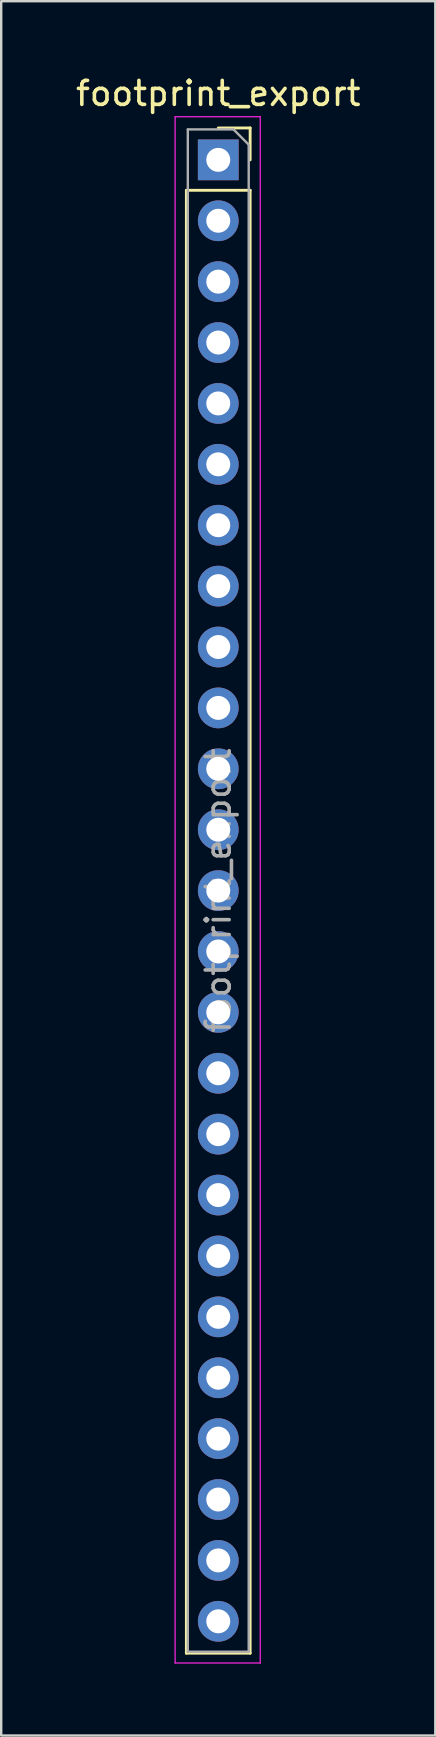
<source format=kicad_pcb>
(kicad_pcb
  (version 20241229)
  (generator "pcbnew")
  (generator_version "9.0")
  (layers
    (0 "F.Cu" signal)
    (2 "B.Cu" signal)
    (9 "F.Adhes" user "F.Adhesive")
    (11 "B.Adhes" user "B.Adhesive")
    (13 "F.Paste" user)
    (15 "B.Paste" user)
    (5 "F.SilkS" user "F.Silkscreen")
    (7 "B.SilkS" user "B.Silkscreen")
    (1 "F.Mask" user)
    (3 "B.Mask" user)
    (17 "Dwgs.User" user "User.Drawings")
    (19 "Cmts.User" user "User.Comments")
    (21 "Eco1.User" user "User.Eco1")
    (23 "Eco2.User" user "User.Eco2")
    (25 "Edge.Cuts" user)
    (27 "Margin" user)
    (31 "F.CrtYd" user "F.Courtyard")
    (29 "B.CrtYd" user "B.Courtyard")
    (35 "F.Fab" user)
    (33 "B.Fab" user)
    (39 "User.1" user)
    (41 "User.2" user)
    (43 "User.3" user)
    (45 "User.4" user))
  (footprint "footprint_export"
    (layer "F.Cu")
    (at 6.054 3.618)
    (property "Reference" "footprint_export" (at 0 -2.77 0) (layer "F.SilkS") (effects (font (size 1 1) (thickness 0.15))))
    (attr through_hole)
    (fp_line (start -1.33 1.27) (end -1.33 62.29) (stroke (width 0.12) (type solid)) (layer "F.SilkS"))
    (fp_line (start -1.33 1.27) (end 1.33 1.27) (stroke (width 0.12) (type solid)) (layer "F.SilkS"))
    (fp_line (start -1.33 62.29) (end 1.33 62.29) (stroke (width 0.12) (type solid)) (layer "F.SilkS"))
    (fp_line (start 0 -1.33) (end 1.33 -1.33) (stroke (width 0.12) (type solid)) (layer "F.SilkS"))
    (fp_line (start 1.33 -1.33) (end 1.33 0) (stroke (width 0.12) (type solid)) (layer "F.SilkS"))
    (fp_line (start 1.33 1.27) (end 1.33 62.29) (stroke (width 0.12) (type solid)) (layer "F.SilkS"))
    (fp_line (start -1.8 -1.8) (end 1.75 -1.8) (stroke (width 0.05) (type solid)) (layer "F.CrtYd"))
    (fp_line (start -1.8 62.7) (end -1.8 -1.8) (stroke (width 0.05) (type solid)) (layer "F.CrtYd"))
    (fp_line (start 1.75 -1.8) (end 1.75 62.7) (stroke (width 0.05) (type solid)) (layer "F.CrtYd"))
    (fp_line (start 1.75 62.7) (end -1.8 62.7) (stroke (width 0.05) (type solid)) (layer "F.CrtYd"))
    (fp_line (start -1.27 -1.27) (end 0.635 -1.27) (stroke (width 0.1) (type solid)) (layer "F.Fab"))
    (fp_line (start -1.27 62.23) (end -1.27 -1.27) (stroke (width 0.1) (type solid)) (layer "F.Fab"))
    (fp_line (start 0.635 -1.27) (end 1.27 -0.635) (stroke (width 0.1) (type solid)) (layer "F.Fab"))
    (fp_line (start 1.27 -0.635) (end 1.27 62.23) (stroke (width 0.1) (type solid)) (layer "F.Fab"))
    (fp_line (start 1.27 62.23) (end -1.27 62.23) (stroke (width 0.1) (type solid)) (layer "F.Fab"))
    (fp_text user "${REFERENCE}" (at 0 30.48 90) (layer "F.Fab") (effects (font (size 1 1) (thickness 0.15))))
    (pad "1" thru_hole rect (at 0 0) (size 1.7 1.7) (drill 1) (layers "*.Cu" "*.Mask"))
    (pad "2" thru_hole oval (at 0 2.54) (size 1.7 1.7) (drill 1) (layers "*.Cu" "*.Mask"))
    (pad "3" thru_hole oval (at 0 5.08) (size 1.7 1.7) (drill 1) (layers "*.Cu" "*.Mask"))
    (pad "4" thru_hole oval (at 0 7.62) (size 1.7 1.7) (drill 1) (layers "*.Cu" "*.Mask"))
    (pad "5" thru_hole oval (at 0 10.16) (size 1.7 1.7) (drill 1) (layers "*.Cu" "*.Mask"))
    (pad "6" thru_hole oval (at 0 12.7) (size 1.7 1.7) (drill 1) (layers "*.Cu" "*.Mask"))
    (pad "7" thru_hole oval (at 0 15.24) (size 1.7 1.7) (drill 1) (layers "*.Cu" "*.Mask"))
    (pad "8" thru_hole oval (at 0 17.78) (size 1.7 1.7) (drill 1) (layers "*.Cu" "*.Mask"))
    (pad "9" thru_hole oval (at 0 20.32) (size 1.7 1.7) (drill 1) (layers "*.Cu" "*.Mask"))
    (pad "10" thru_hole oval (at 0 22.86) (size 1.7 1.7) (drill 1) (layers "*.Cu" "*.Mask"))
    (pad "11" thru_hole oval (at 0 25.4) (size 1.7 1.7) (drill 1) (layers "*.Cu" "*.Mask"))
    (pad "12" thru_hole oval (at 0 27.94) (size 1.7 1.7) (drill 1) (layers "*.Cu" "*.Mask"))
    (pad "13" thru_hole oval (at 0 30.48) (size 1.7 1.7) (drill 1) (layers "*.Cu" "*.Mask"))
    (pad "14" thru_hole oval (at 0 33.02) (size 1.7 1.7) (drill 1) (layers "*.Cu" "*.Mask"))
    (pad "15" thru_hole oval (at 0 35.56) (size 1.7 1.7) (drill 1) (layers "*.Cu" "*.Mask"))
    (pad "16" thru_hole oval (at 0 38.1) (size 1.7 1.7) (drill 1) (layers "*.Cu" "*.Mask"))
    (pad "17" thru_hole oval (at 0 40.64) (size 1.7 1.7) (drill 1) (layers "*.Cu" "*.Mask"))
    (pad "18" thru_hole oval (at 0 43.18) (size 1.7 1.7) (drill 1) (layers "*.Cu" "*.Mask"))
    (pad "19" thru_hole oval (at 0 45.72) (size 1.7 1.7) (drill 1) (layers "*.Cu" "*.Mask"))
    (pad "20" thru_hole oval (at 0 48.26) (size 1.7 1.7) (drill 1) (layers "*.Cu" "*.Mask"))
    (pad "21" thru_hole oval (at 0 50.8) (size 1.7 1.7) (drill 1) (layers "*.Cu" "*.Mask"))
    (pad "22" thru_hole oval (at 0 53.34) (size 1.7 1.7) (drill 1) (layers "*.Cu" "*.Mask"))
    (pad "23" thru_hole oval (at 0 55.88) (size 1.7 1.7) (drill 1) (layers "*.Cu" "*.Mask"))
    (pad "24" thru_hole oval (at 0 58.42) (size 1.7 1.7) (drill 1) (layers "*.Cu" "*.Mask"))
    (pad "25" thru_hole oval (at 0 60.96) (size 1.7 1.7) (drill 1) (layers "*.Cu" "*.Mask")))
  (gr_rect
    (start -3 -3)
    (end 15.107 69.343)
    (stroke (width 0.1) (type default))
    (fill no)
    (layer "Edge.Cuts")))
</source>
